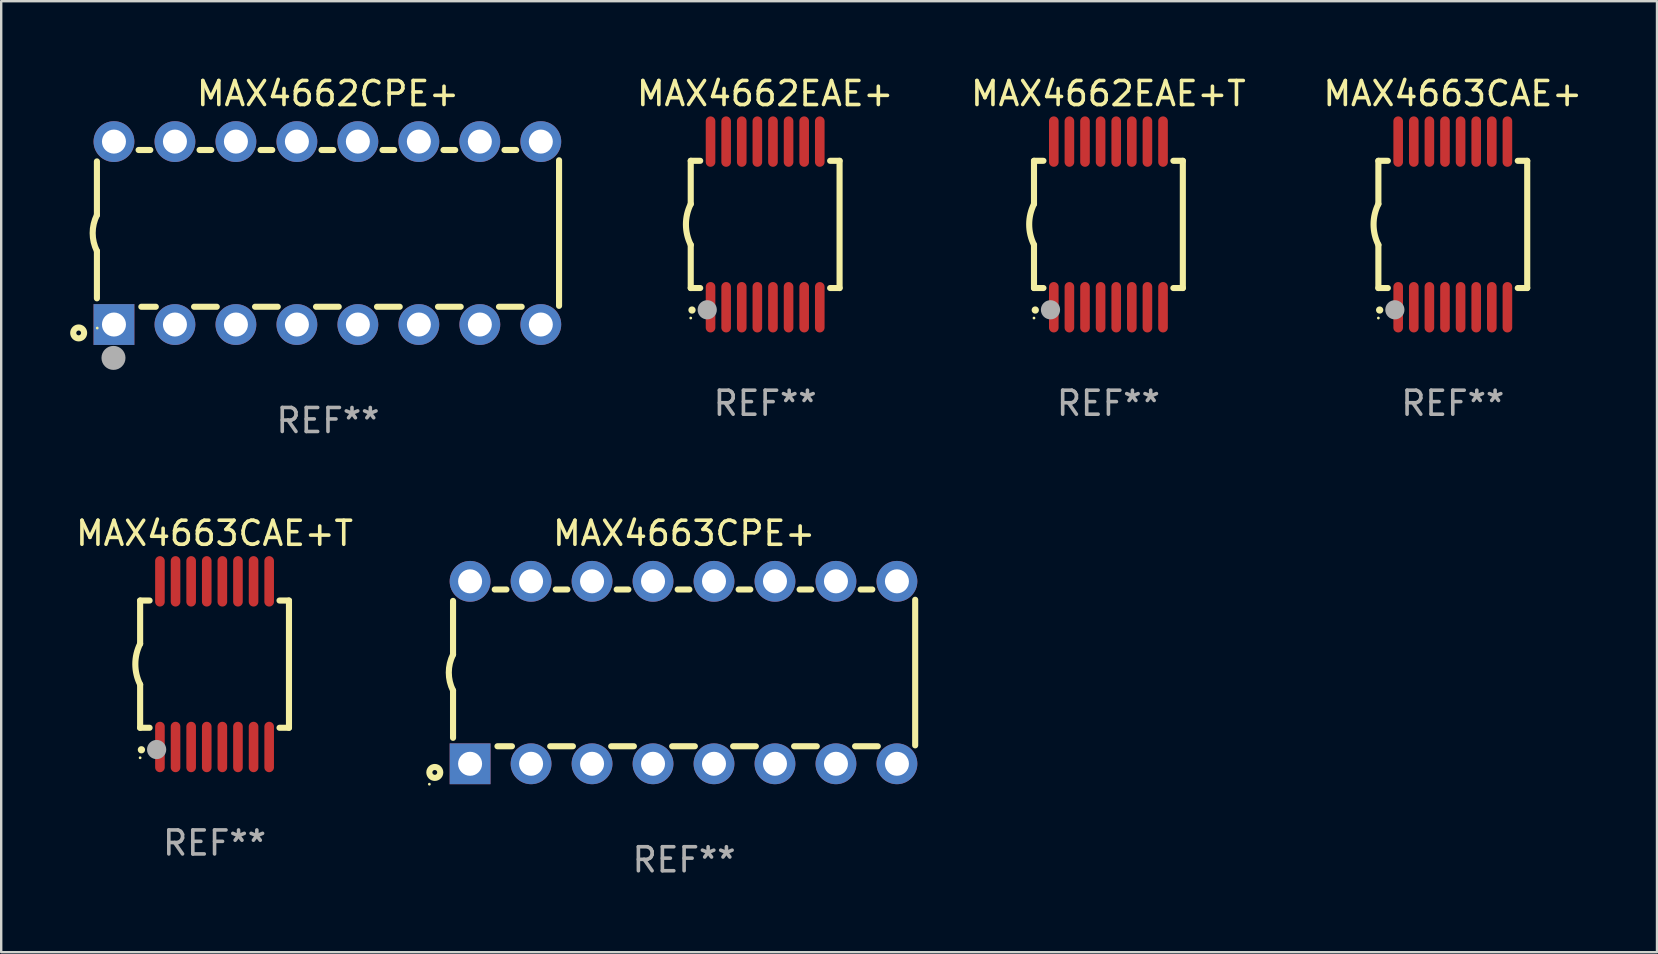
<source format=kicad_pcb>
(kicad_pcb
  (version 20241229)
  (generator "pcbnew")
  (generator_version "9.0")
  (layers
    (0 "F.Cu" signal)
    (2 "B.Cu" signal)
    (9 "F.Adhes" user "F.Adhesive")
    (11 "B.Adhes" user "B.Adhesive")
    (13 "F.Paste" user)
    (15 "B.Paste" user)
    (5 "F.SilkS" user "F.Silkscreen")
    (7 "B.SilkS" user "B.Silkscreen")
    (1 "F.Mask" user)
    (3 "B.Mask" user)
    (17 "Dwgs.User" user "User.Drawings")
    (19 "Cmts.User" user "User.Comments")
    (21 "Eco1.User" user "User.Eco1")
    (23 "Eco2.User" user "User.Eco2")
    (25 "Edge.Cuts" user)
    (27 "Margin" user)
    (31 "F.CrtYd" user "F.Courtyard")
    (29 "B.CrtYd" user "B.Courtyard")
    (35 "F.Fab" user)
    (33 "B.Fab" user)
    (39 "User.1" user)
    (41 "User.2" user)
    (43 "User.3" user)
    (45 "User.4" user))
  (footprint "MAX4662CPE+"
    (layer "F.Cu")
    (at 10.612 6.658)
    (property "Reference" "MAX4662CPE+" (at 0 -5.81 0) (layer "F.SilkS") (effects (font (size 1 1) (thickness 0.15))))
    (attr through_hole)
    (fp_line (start -9.625 -0.75) (end -9.625 -2.985) (stroke (width 0.254) (type solid)) (layer "F.SilkS"))
    (fp_line (start -9.625 0.749) (end -9.625 2.719) (stroke (width 0.254) (type solid)) (layer "F.SilkS"))
    (fp_line (start -7.889 -3.46) (end -7.401 -3.46) (stroke (width 0.254) (type solid)) (layer "F.SilkS"))
    (fp_line (start -7.775 3.07) (end -7.172 3.07) (stroke (width 0.254) (type solid)) (layer "F.SilkS"))
    (fp_line (start -5.578 3.07) (end -4.632 3.07) (stroke (width 0.254) (type solid)) (layer "F.SilkS"))
    (fp_line (start -5.349 -3.46) (end -4.861 -3.46) (stroke (width 0.254) (type solid)) (layer "F.SilkS"))
    (fp_line (start -3.038 3.07) (end -2.092 3.07) (stroke (width 0.254) (type solid)) (layer "F.SilkS"))
    (fp_line (start -2.809 -3.46) (end -2.321 -3.46) (stroke (width 0.254) (type solid)) (layer "F.SilkS"))
    (fp_line (start -0.498 3.07) (end 0.448 3.07) (stroke (width 0.254) (type solid)) (layer "F.SilkS"))
    (fp_line (start -0.269 -3.46) (end 0.219 -3.46) (stroke (width 0.254) (type solid)) (layer "F.SilkS"))
    (fp_line (start 2.042 3.07) (end 2.988 3.07) (stroke (width 0.254) (type solid)) (layer "F.SilkS"))
    (fp_line (start 2.271 -3.46) (end 2.759 -3.46) (stroke (width 0.254) (type solid)) (layer "F.SilkS"))
    (fp_line (start 4.582 3.07) (end 5.528 3.07) (stroke (width 0.254) (type solid)) (layer "F.SilkS"))
    (fp_line (start 4.811 -3.46) (end 5.299 -3.46) (stroke (width 0.254) (type solid)) (layer "F.SilkS"))
    (fp_line (start 7.122 3.07) (end 8.068 3.07) (stroke (width 0.254) (type solid)) (layer "F.SilkS"))
    (fp_line (start 7.351 -3.46) (end 7.839 -3.46) (stroke (width 0.254) (type solid)) (layer "F.SilkS"))
    (fp_line (start 9.625 3.032) (end 9.625 -3.032) (stroke (width 0.254) (type solid)) (layer "F.SilkS"))
    (fp_arc (start -9.62498 0.748819) (mid -9.801899 -0.000581) (end -9.625006 -0.749987) (stroke (width 0.254001) (type solid)) (layer "F.SilkS"))
    (fp_circle (center -10.385 4.16) (end -10.285 4.16) (stroke (width 0.254) (type solid)) (fill no) (layer "F.SilkS"))
    (fp_circle (center -9.612 3.957) (end -9.582 3.957) (stroke (width 0.06) (type solid)) (fill no) (layer "F.SilkS"))
    (fp_circle (center -8.935 5.2) (end -8.685 5.2) (stroke (width 0.5) (type solid)) (fill no) (layer "F.Fab"))
    (fp_text user "REF**" (at 0 7.81 0) (layer "F.Fab") (effects (font (size 1 1) (thickness 0.15))))
    (pad "1" thru_hole rect (at -8.915 3.81) (size 1.7 1.7) (drill 1) (layers "*.Cu" "*.Mask"))
    (pad "2" thru_hole circle (at -6.375 3.81) (size 1.7 1.7) (drill 1) (layers "*.Cu" "*.Mask"))
    (pad "3" thru_hole circle (at -3.835 3.81) (size 1.7 1.7) (drill 1) (layers "*.Cu" "*.Mask"))
    (pad "4" thru_hole circle (at -1.295 3.81) (size 1.7 1.7) (drill 1) (layers "*.Cu" "*.Mask"))
    (pad "5" thru_hole circle (at 1.245 3.81) (size 1.7 1.7) (drill 1) (layers "*.Cu" "*.Mask"))
    (pad "6" thru_hole circle (at 3.785 3.81) (size 1.7 1.7) (drill 1) (layers "*.Cu" "*.Mask"))
    (pad "7" thru_hole circle (at 6.325 3.81) (size 1.7 1.7) (drill 1) (layers "*.Cu" "*.Mask"))
    (pad "8" thru_hole circle (at 8.865 3.81) (size 1.7 1.7) (drill 1) (layers "*.Cu" "*.Mask"))
    (pad "9" thru_hole circle (at 8.865 -3.81) (size 1.7 1.7) (drill 1) (layers "*.Cu" "*.Mask"))
    (pad "10" thru_hole circle (at 6.325 -3.81) (size 1.7 1.7) (drill 1) (layers "*.Cu" "*.Mask"))
    (pad "11" thru_hole circle (at 3.785 -3.81) (size 1.7 1.7) (drill 1) (layers "*.Cu" "*.Mask"))
    (pad "12" thru_hole circle (at 1.245 -3.81) (size 1.7 1.7) (drill 1) (layers "*.Cu" "*.Mask"))
    (pad "13" thru_hole circle (at -1.295 -3.81) (size 1.7 1.7) (drill 1) (layers "*.Cu" "*.Mask"))
    (pad "14" thru_hole circle (at -3.835 -3.81) (size 1.7 1.7) (drill 1) (layers "*.Cu" "*.Mask"))
    (pad "15" thru_hole circle (at -6.375 -3.81) (size 1.7 1.7) (drill 1) (layers "*.Cu" "*.Mask"))
    (pad "16" thru_hole circle (at -8.915 -3.81) (size 1.7 1.7) (drill 1) (layers "*.Cu" "*.Mask")))
  (footprint "MAX4662EAE+T"
    (layer "F.Cu")
    (at 43.12 6.298)
    (property "Reference" "MAX4662EAE+T" (at 0 -5.45 0) (layer "F.SilkS") (effects (font (size 1 1) (thickness 0.15))))
    (attr through_hole)
    (fp_line (start -3.1 -2.65) (end -3.1 -0.85) (stroke (width 0.254) (type solid)) (layer "F.SilkS"))
    (fp_line (start -3.1 -2.65) (end -2.706 -2.65) (stroke (width 0.254) (type solid)) (layer "F.SilkS"))
    (fp_line (start -3.1 2.65) (end -3.1 0.85) (stroke (width 0.254) (type solid)) (layer "F.SilkS"))
    (fp_line (start -3.1 2.65) (end -2.706 2.65) (stroke (width 0.254) (type solid)) (layer "F.SilkS"))
    (fp_line (start 2.706 -2.65) (end 3.1 -2.65) (stroke (width 0.254) (type solid)) (layer "F.SilkS"))
    (fp_line (start 2.706 2.65) (end 3.1 2.65) (stroke (width 0.254) (type solid)) (layer "F.SilkS"))
    (fp_line (start 3.1 -2.65) (end 3.1 2.65) (stroke (width 0.254) (type solid)) (layer "F.SilkS"))
    (fp_arc (start -3.098907 0.850902) (mid -3.300057 0.000523) (end -3.1 -0.850114) (stroke (width 0.254001) (type solid)) (layer "F.SilkS"))
    (fp_arc (start -3.048006 3.566066) (mid -3.046736 3.566061) (end -3.045466 3.566066) (stroke (width 0.3) (type solid)) (layer "F.SilkS"))
    (fp_circle (center -3.1 3.9) (end -3.07 3.9) (stroke (width 0.06) (type solid)) (fill no) (layer "F.SilkS"))
    (fp_circle (center -2.413 3.556) (end -2.213 3.556) (stroke (width 0.4) (type solid)) (fill no) (layer "F.Fab"))
    (fp_text user "REF**" (at 0 7.45 0) (layer "F.Fab") (effects (font (size 1 1) (thickness 0.15))))
    (pad "1" smd oval (at -2.275 3.45 180) (size 0.4 2.1) (layers "F.Cu" "F.Mask" "F.Paste"))
    (pad "2" smd oval (at -1.625 3.45 180) (size 0.4 2.1) (layers "F.Cu" "F.Mask" "F.Paste"))
    (pad "3" smd oval (at -0.975 3.45 180) (size 0.4 2.1) (layers "F.Cu" "F.Mask" "F.Paste"))
    (pad "4" smd oval (at -0.325 3.45 180) (size 0.4 2.1) (layers "F.Cu" "F.Mask" "F.Paste"))
    (pad "5" smd oval (at 0.325 3.45 180) (size 0.4 2.1) (layers "F.Cu" "F.Mask" "F.Paste"))
    (pad "6" smd oval (at 0.975 3.45 180) (size 0.4 2.1) (layers "F.Cu" "F.Mask" "F.Paste"))
    (pad "7" smd oval (at 1.625 3.45 180) (size 0.4 2.1) (layers "F.Cu" "F.Mask" "F.Paste"))
    (pad "8" smd oval (at 2.275 3.45 180) (size 0.4 2.1) (layers "F.Cu" "F.Mask" "F.Paste"))
    (pad "9" smd oval (at 2.275 -3.45 180) (size 0.4 2.1) (layers "F.Cu" "F.Mask" "F.Paste"))
    (pad "10" smd oval (at 1.625 -3.45 180) (size 0.4 2.1) (layers "F.Cu" "F.Mask" "F.Paste"))
    (pad "11" smd oval (at 0.975 -3.45 180) (size 0.4 2.1) (layers "F.Cu" "F.Mask" "F.Paste"))
    (pad "12" smd oval (at 0.325 -3.45 180) (size 0.4 2.1) (layers "F.Cu" "F.Mask" "F.Paste"))
    (pad "13" smd oval (at -0.325 -3.45 180) (size 0.4 2.1) (layers "F.Cu" "F.Mask" "F.Paste"))
    (pad "14" smd oval (at -0.975 -3.45 180) (size 0.4 2.1) (layers "F.Cu" "F.Mask" "F.Paste"))
    (pad "15" smd oval (at -1.625 -3.45 180) (size 0.4 2.1) (layers "F.Cu" "F.Mask" "F.Paste"))
    (pad "16" smd oval (at -2.275 -3.45 180) (size 0.4 2.1) (layers "F.Cu" "F.Mask" "F.Paste")))
  (footprint "MAX4662EAE+"
    (layer "F.Cu")
    (at 28.822 6.298)
    (property "Reference" "MAX4662EAE+" (at 0 -5.45 0) (layer "F.SilkS") (effects (font (size 1 1) (thickness 0.15))))
    (attr through_hole)
    (fp_line (start -3.1 -2.65) (end -3.1 -0.85) (stroke (width 0.254) (type solid)) (layer "F.SilkS"))
    (fp_line (start -3.1 -2.65) (end -2.706 -2.65) (stroke (width 0.254) (type solid)) (layer "F.SilkS"))
    (fp_line (start -3.1 2.65) (end -3.1 0.85) (stroke (width 0.254) (type solid)) (layer "F.SilkS"))
    (fp_line (start -3.1 2.65) (end -2.706 2.65) (stroke (width 0.254) (type solid)) (layer "F.SilkS"))
    (fp_line (start 2.706 -2.65) (end 3.1 -2.65) (stroke (width 0.254) (type solid)) (layer "F.SilkS"))
    (fp_line (start 2.706 2.65) (end 3.1 2.65) (stroke (width 0.254) (type solid)) (layer "F.SilkS"))
    (fp_line (start 3.1 -2.65) (end 3.1 2.65) (stroke (width 0.254) (type solid)) (layer "F.SilkS"))
    (fp_arc (start -3.098907 0.850902) (mid -3.300057 0.000523) (end -3.1 -0.850114) (stroke (width 0.254001) (type solid)) (layer "F.SilkS"))
    (fp_arc (start -3.048006 3.566066) (mid -3.046736 3.566061) (end -3.045466 3.566066) (stroke (width 0.3) (type solid)) (layer "F.SilkS"))
    (fp_circle (center -3.1 3.9) (end -3.07 3.9) (stroke (width 0.06) (type solid)) (fill no) (layer "F.SilkS"))
    (fp_circle (center -2.413 3.556) (end -2.213 3.556) (stroke (width 0.4) (type solid)) (fill no) (layer "F.Fab"))
    (fp_text user "REF**" (at 0 7.45 0) (layer "F.Fab") (effects (font (size 1 1) (thickness 0.15))))
    (pad "1" smd oval (at -2.275 3.45 180) (size 0.4 2.1) (layers "F.Cu" "F.Mask" "F.Paste"))
    (pad "2" smd oval (at -1.625 3.45 180) (size 0.4 2.1) (layers "F.Cu" "F.Mask" "F.Paste"))
    (pad "3" smd oval (at -0.975 3.45 180) (size 0.4 2.1) (layers "F.Cu" "F.Mask" "F.Paste"))
    (pad "4" smd oval (at -0.325 3.45 180) (size 0.4 2.1) (layers "F.Cu" "F.Mask" "F.Paste"))
    (pad "5" smd oval (at 0.325 3.45 180) (size 0.4 2.1) (layers "F.Cu" "F.Mask" "F.Paste"))
    (pad "6" smd oval (at 0.975 3.45 180) (size 0.4 2.1) (layers "F.Cu" "F.Mask" "F.Paste"))
    (pad "7" smd oval (at 1.625 3.45 180) (size 0.4 2.1) (layers "F.Cu" "F.Mask" "F.Paste"))
    (pad "8" smd oval (at 2.275 3.45 180) (size 0.4 2.1) (layers "F.Cu" "F.Mask" "F.Paste"))
    (pad "9" smd oval (at 2.275 -3.45 180) (size 0.4 2.1) (layers "F.Cu" "F.Mask" "F.Paste"))
    (pad "10" smd oval (at 1.625 -3.45 180) (size 0.4 2.1) (layers "F.Cu" "F.Mask" "F.Paste"))
    (pad "11" smd oval (at 0.975 -3.45 180) (size 0.4 2.1) (layers "F.Cu" "F.Mask" "F.Paste"))
    (pad "12" smd oval (at 0.325 -3.45 180) (size 0.4 2.1) (layers "F.Cu" "F.Mask" "F.Paste"))
    (pad "13" smd oval (at -0.325 -3.45 180) (size 0.4 2.1) (layers "F.Cu" "F.Mask" "F.Paste"))
    (pad "14" smd oval (at -0.975 -3.45 180) (size 0.4 2.1) (layers "F.Cu" "F.Mask" "F.Paste"))
    (pad "15" smd oval (at -1.625 -3.45 180) (size 0.4 2.1) (layers "F.Cu" "F.Mask" "F.Paste"))
    (pad "16" smd oval (at -2.275 -3.45 180) (size 0.4 2.1) (layers "F.Cu" "F.Mask" "F.Paste")))
  (footprint "MAX4663CAE+"
    (layer "F.Cu")
    (at 57.465 6.298)
    (property "Reference" "MAX4663CAE+" (at 0 -5.45 0) (layer "F.SilkS") (effects (font (size 1 1) (thickness 0.15))))
    (attr through_hole)
    (fp_line (start -3.1 -2.65) (end -3.1 -0.85) (stroke (width 0.254) (type solid)) (layer "F.SilkS"))
    (fp_line (start -3.1 -2.65) (end -2.706 -2.65) (stroke (width 0.254) (type solid)) (layer "F.SilkS"))
    (fp_line (start -3.1 2.65) (end -3.1 0.85) (stroke (width 0.254) (type solid)) (layer "F.SilkS"))
    (fp_line (start -3.1 2.65) (end -2.706 2.65) (stroke (width 0.254) (type solid)) (layer "F.SilkS"))
    (fp_line (start 2.706 -2.65) (end 3.1 -2.65) (stroke (width 0.254) (type solid)) (layer "F.SilkS"))
    (fp_line (start 2.706 2.65) (end 3.1 2.65) (stroke (width 0.254) (type solid)) (layer "F.SilkS"))
    (fp_line (start 3.1 -2.65) (end 3.1 2.65) (stroke (width 0.254) (type solid)) (layer "F.SilkS"))
    (fp_arc (start -3.098907 0.850902) (mid -3.300057 0.000523) (end -3.1 -0.850114) (stroke (width 0.254001) (type solid)) (layer "F.SilkS"))
    (fp_arc (start -3.048006 3.566066) (mid -3.046736 3.566061) (end -3.045466 3.566066) (stroke (width 0.3) (type solid)) (layer "F.SilkS"))
    (fp_circle (center -3.1 3.9) (end -3.07 3.9) (stroke (width 0.06) (type solid)) (fill no) (layer "F.SilkS"))
    (fp_circle (center -2.413 3.556) (end -2.213 3.556) (stroke (width 0.4) (type solid)) (fill no) (layer "F.Fab"))
    (fp_text user "REF**" (at 0 7.45 0) (layer "F.Fab") (effects (font (size 1 1) (thickness 0.15))))
    (pad "1" smd oval (at -2.275 3.45 180) (size 0.4 2.1) (layers "F.Cu" "F.Mask" "F.Paste"))
    (pad "2" smd oval (at -1.625 3.45 180) (size 0.4 2.1) (layers "F.Cu" "F.Mask" "F.Paste"))
    (pad "3" smd oval (at -0.975 3.45 180) (size 0.4 2.1) (layers "F.Cu" "F.Mask" "F.Paste"))
    (pad "4" smd oval (at -0.325 3.45 180) (size 0.4 2.1) (layers "F.Cu" "F.Mask" "F.Paste"))
    (pad "5" smd oval (at 0.325 3.45 180) (size 0.4 2.1) (layers "F.Cu" "F.Mask" "F.Paste"))
    (pad "6" smd oval (at 0.975 3.45 180) (size 0.4 2.1) (layers "F.Cu" "F.Mask" "F.Paste"))
    (pad "7" smd oval (at 1.625 3.45 180) (size 0.4 2.1) (layers "F.Cu" "F.Mask" "F.Paste"))
    (pad "8" smd oval (at 2.275 3.45 180) (size 0.4 2.1) (layers "F.Cu" "F.Mask" "F.Paste"))
    (pad "9" smd oval (at 2.275 -3.45 180) (size 0.4 2.1) (layers "F.Cu" "F.Mask" "F.Paste"))
    (pad "10" smd oval (at 1.625 -3.45 180) (size 0.4 2.1) (layers "F.Cu" "F.Mask" "F.Paste"))
    (pad "11" smd oval (at 0.975 -3.45 180) (size 0.4 2.1) (layers "F.Cu" "F.Mask" "F.Paste"))
    (pad "12" smd oval (at 0.325 -3.45 180) (size 0.4 2.1) (layers "F.Cu" "F.Mask" "F.Paste"))
    (pad "13" smd oval (at -0.325 -3.45 180) (size 0.4 2.1) (layers "F.Cu" "F.Mask" "F.Paste"))
    (pad "14" smd oval (at -0.975 -3.45 180) (size 0.4 2.1) (layers "F.Cu" "F.Mask" "F.Paste"))
    (pad "15" smd oval (at -1.625 -3.45 180) (size 0.4 2.1) (layers "F.Cu" "F.Mask" "F.Paste"))
    (pad "16" smd oval (at -2.275 -3.45 180) (size 0.4 2.1) (layers "F.Cu" "F.Mask" "F.Paste")))
  (footprint "MAX4663CAE+T"
    (layer "F.Cu")
    (at 5.887 24.615)
    (property "Reference" "MAX4663CAE+T" (at 0 -5.45 0) (layer "F.SilkS") (effects (font (size 1 1) (thickness 0.15))))
    (attr through_hole)
    (fp_line (start -3.1 -2.65) (end -3.1 -0.85) (stroke (width 0.254) (type solid)) (layer "F.SilkS"))
    (fp_line (start -3.1 -2.65) (end -2.706 -2.65) (stroke (width 0.254) (type solid)) (layer "F.SilkS"))
    (fp_line (start -3.1 2.65) (end -3.1 0.85) (stroke (width 0.254) (type solid)) (layer "F.SilkS"))
    (fp_line (start -3.1 2.65) (end -2.706 2.65) (stroke (width 0.254) (type solid)) (layer "F.SilkS"))
    (fp_line (start 2.706 -2.65) (end 3.1 -2.65) (stroke (width 0.254) (type solid)) (layer "F.SilkS"))
    (fp_line (start 2.706 2.65) (end 3.1 2.65) (stroke (width 0.254) (type solid)) (layer "F.SilkS"))
    (fp_line (start 3.1 -2.65) (end 3.1 2.65) (stroke (width 0.254) (type solid)) (layer "F.SilkS"))
    (fp_arc (start -3.098907 0.850902) (mid -3.300057 0.000523) (end -3.1 -0.850114) (stroke (width 0.254001) (type solid)) (layer "F.SilkS"))
    (fp_arc (start -3.048006 3.566066) (mid -3.046736 3.566061) (end -3.045466 3.566066) (stroke (width 0.3) (type solid)) (layer "F.SilkS"))
    (fp_circle (center -3.1 3.9) (end -3.07 3.9) (stroke (width 0.06) (type solid)) (fill no) (layer "F.SilkS"))
    (fp_circle (center -2.413 3.556) (end -2.213 3.556) (stroke (width 0.4) (type solid)) (fill no) (layer "F.Fab"))
    (fp_text user "REF**" (at 0 7.45 0) (layer "F.Fab") (effects (font (size 1 1) (thickness 0.15))))
    (pad "1" smd oval (at -2.275 3.45 180) (size 0.4 2.1) (layers "F.Cu" "F.Mask" "F.Paste"))
    (pad "2" smd oval (at -1.625 3.45 180) (size 0.4 2.1) (layers "F.Cu" "F.Mask" "F.Paste"))
    (pad "3" smd oval (at -0.975 3.45 180) (size 0.4 2.1) (layers "F.Cu" "F.Mask" "F.Paste"))
    (pad "4" smd oval (at -0.325 3.45 180) (size 0.4 2.1) (layers "F.Cu" "F.Mask" "F.Paste"))
    (pad "5" smd oval (at 0.325 3.45 180) (size 0.4 2.1) (layers "F.Cu" "F.Mask" "F.Paste"))
    (pad "6" smd oval (at 0.975 3.45 180) (size 0.4 2.1) (layers "F.Cu" "F.Mask" "F.Paste"))
    (pad "7" smd oval (at 1.625 3.45 180) (size 0.4 2.1) (layers "F.Cu" "F.Mask" "F.Paste"))
    (pad "8" smd oval (at 2.275 3.45 180) (size 0.4 2.1) (layers "F.Cu" "F.Mask" "F.Paste"))
    (pad "9" smd oval (at 2.275 -3.45 180) (size 0.4 2.1) (layers "F.Cu" "F.Mask" "F.Paste"))
    (pad "10" smd oval (at 1.625 -3.45 180) (size 0.4 2.1) (layers "F.Cu" "F.Mask" "F.Paste"))
    (pad "11" smd oval (at 0.975 -3.45 180) (size 0.4 2.1) (layers "F.Cu" "F.Mask" "F.Paste"))
    (pad "12" smd oval (at 0.325 -3.45 180) (size 0.4 2.1) (layers "F.Cu" "F.Mask" "F.Paste"))
    (pad "13" smd oval (at -0.325 -3.45 180) (size 0.4 2.1) (layers "F.Cu" "F.Mask" "F.Paste"))
    (pad "14" smd oval (at -0.975 -3.45 180) (size 0.4 2.1) (layers "F.Cu" "F.Mask" "F.Paste"))
    (pad "15" smd oval (at -1.625 -3.45 180) (size 0.4 2.1) (layers "F.Cu" "F.Mask" "F.Paste"))
    (pad "16" smd oval (at -2.275 -3.45 180) (size 0.4 2.1) (layers "F.Cu" "F.Mask" "F.Paste")))
  (footprint "MAX4663CPE+"
    (layer "F.Cu")
    (at 25.446 24.965)
    (property "Reference" "MAX4663CPE+" (at 0 -5.8 0) (layer "F.SilkS") (effects (font (size 1 1) (thickness 0.15))))
    (attr through_hole)
    (fp_line (start -9.625 -0.75) (end -9.625 -2.985) (stroke (width 0.254) (type solid)) (layer "F.SilkS"))
    (fp_line (start -9.625 0.749) (end -9.625 2.719) (stroke (width 0.254) (type solid)) (layer "F.SilkS"))
    (fp_line (start -7.889 -3.46) (end -7.401 -3.46) (stroke (width 0.254) (type solid)) (layer "F.SilkS"))
    (fp_line (start -7.775 3.07) (end -7.172 3.07) (stroke (width 0.254) (type solid)) (layer "F.SilkS"))
    (fp_line (start -5.578 3.07) (end -4.632 3.07) (stroke (width 0.254) (type solid)) (layer "F.SilkS"))
    (fp_line (start -5.349 -3.46) (end -4.861 -3.46) (stroke (width 0.254) (type solid)) (layer "F.SilkS"))
    (fp_line (start -3.038 3.07) (end -2.092 3.07) (stroke (width 0.254) (type solid)) (layer "F.SilkS"))
    (fp_line (start -2.809 -3.46) (end -2.321 -3.46) (stroke (width 0.254) (type solid)) (layer "F.SilkS"))
    (fp_line (start -0.498 3.07) (end 0.448 3.07) (stroke (width 0.254) (type solid)) (layer "F.SilkS"))
    (fp_line (start -0.269 -3.46) (end 0.219 -3.46) (stroke (width 0.254) (type solid)) (layer "F.SilkS"))
    (fp_line (start 2.042 3.07) (end 2.988 3.07) (stroke (width 0.254) (type solid)) (layer "F.SilkS"))
    (fp_line (start 2.271 -3.46) (end 2.759 -3.46) (stroke (width 0.254) (type solid)) (layer "F.SilkS"))
    (fp_line (start 4.582 3.07) (end 5.528 3.07) (stroke (width 0.254) (type solid)) (layer "F.SilkS"))
    (fp_line (start 4.811 -3.46) (end 5.299 -3.46) (stroke (width 0.254) (type solid)) (layer "F.SilkS"))
    (fp_line (start 7.122 3.07) (end 8.068 3.07) (stroke (width 0.254) (type solid)) (layer "F.SilkS"))
    (fp_line (start 7.351 -3.46) (end 7.839 -3.46) (stroke (width 0.254) (type solid)) (layer "F.SilkS"))
    (fp_line (start 9.625 3.032) (end 9.625 -3.032) (stroke (width 0.254) (type solid)) (layer "F.SilkS"))
    (fp_arc (start -9.62498 0.748819) (mid -9.801899 -0.000581) (end -9.625006 -0.749987) (stroke (width 0.254001) (type solid)) (layer "F.SilkS"))
    (fp_circle (center -10.612 4.65) (end -10.582 4.65) (stroke (width 0.06) (type solid)) (fill no) (layer "F.SilkS"))
    (fp_circle (center -10.385 4.16) (end -10.285 4.16) (stroke (width 0.254) (type solid)) (fill no) (layer "F.SilkS"))
    (fp_text user "REF**" (at 0 7.8 0) (layer "F.Fab") (effects (font (size 1 1) (thickness 0.15))))
    (pad "1" thru_hole rect (at -8.915 3.8 90) (size 1.7 1.7) (drill 1) (layers "*.Cu" "*.Mask"))
    (pad "2" thru_hole circle (at -6.375 3.8) (size 1.7 1.7) (drill 1) (layers "*.Cu" "*.Mask"))
    (pad "3" thru_hole circle (at -3.835 3.8) (size 1.7 1.7) (drill 1) (layers "*.Cu" "*.Mask"))
    (pad "4" thru_hole circle (at -1.295 3.8) (size 1.7 1.7) (drill 1) (layers "*.Cu" "*.Mask"))
    (pad "5" thru_hole circle (at 1.245 3.8) (size 1.7 1.7) (drill 1) (layers "*.Cu" "*.Mask"))
    (pad "6" thru_hole circle (at 3.785 3.8) (size 1.7 1.7) (drill 1) (layers "*.Cu" "*.Mask"))
    (pad "7" thru_hole circle (at 6.325 3.8) (size 1.7 1.7) (drill 1) (layers "*.Cu" "*.Mask"))
    (pad "8" thru_hole circle (at 8.865 3.8) (size 1.7 1.7) (drill 1) (layers "*.Cu" "*.Mask"))
    (pad "9" thru_hole circle (at 8.865 -3.8) (size 1.7 1.7) (drill 1) (layers "*.Cu" "*.Mask"))
    (pad "10" thru_hole circle (at 6.325 -3.8) (size 1.7 1.7) (drill 1) (layers "*.Cu" "*.Mask"))
    (pad "11" thru_hole circle (at 3.785 -3.8) (size 1.7 1.7) (drill 1) (layers "*.Cu" "*.Mask"))
    (pad "12" thru_hole circle (at 1.245 -3.8) (size 1.7 1.7) (drill 1) (layers "*.Cu" "*.Mask"))
    (pad "13" thru_hole circle (at -1.295 -3.8) (size 1.7 1.7) (drill 1) (layers "*.Cu" "*.Mask"))
    (pad "14" thru_hole circle (at -3.835 -3.8) (size 1.7 1.7) (drill 1) (layers "*.Cu" "*.Mask"))
    (pad "15" thru_hole circle (at -6.375 -3.8) (size 1.7 1.7) (drill 1) (layers "*.Cu" "*.Mask"))
    (pad "16" thru_hole circle (at -8.915 -3.8) (size 1.7 1.7) (drill 1) (layers "*.Cu" "*.Mask")))
  (gr_rect
    (start -3 -3)
    (end 65.971 36.613)
    (stroke (width 0.1) (type default))
    (fill no)
    (layer "Edge.Cuts")))
</source>
